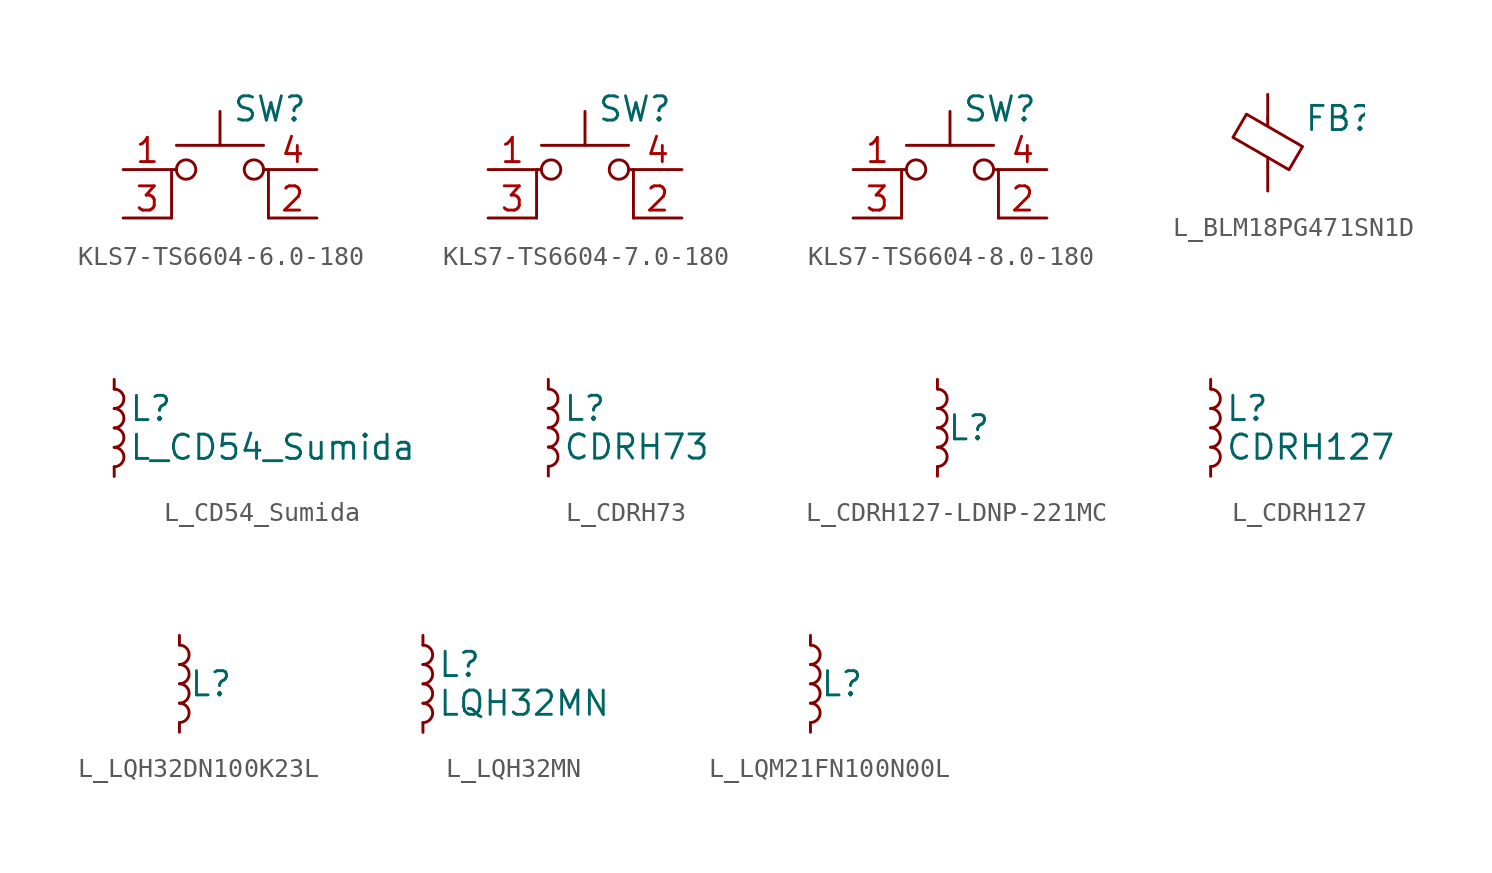
<source format=kicad_sym>
(kicad_symbol_lib
  (version 20220914)
  (generator kicad_symbol_editor)
  (symbol "KLS7-TS6604-6.0-180"
    (pin_names
      (offset 1.016) hide)
    (property "Reference" "SW"
      (at 0.635 5.715 0)
      (effects (font (size 1.27 1.27)) (justify left)))
    (symbol "KLS7-TS6604-6.0-180_0_1"
      (circle (center -1.778 2.54) (radius 0.508) (stroke (width 0) (type default)) (fill (type none)))
      (polyline (pts (xy -2.286 3.81) (xy 2.286 3.81)) (stroke (width 0) (type default)) (fill (type none)))
      (polyline (pts (xy 0 3.81) (xy 0 5.588)) (stroke (width 0) (type default)) (fill (type none)))
      (polyline (pts (xy -2.54 0) (xy -2.54 2.54) (xy -2.286 2.54)) (stroke (width 0) (type default)) (fill (type none)))
      (polyline (pts (xy 2.54 0) (xy 2.54 2.54) (xy 2.286 2.54)) (stroke (width 0) (type default)) (fill (type none)))
      (circle (center 1.778 2.54) (radius 0.508) (stroke (width 0) (type default)) (fill (type none)))
      (pin passive line (at -5.08 2.54 0) (length 2.54) (name "1" (effects (font (size 1.27 1.27)))) (number "1" (effects (font (size 1.27 1.27)))))
      (pin passive line (at 5.08 0 180) (length 2.54) (name "2" (effects (font (size 1.27 1.27)))) (number "2" (effects (font (size 1.27 1.27)))))
      (pin passive line (at -5.08 0 0) (length 2.54) (name "3" (effects (font (size 1.27 1.27)))) (number "3" (effects (font (size 1.27 1.27)))))
      (pin passive line (at 5.08 2.54 180) (length 2.54) (name "A" (effects (font (size 1.27 1.27)))) (number "4" (effects (font (size 1.27 1.27)))))))
  (symbol "KLS7-TS6604-7.0-180"
    (pin_names
      (offset 1.016) hide)
    (property "Reference" "SW"
      (at 0.635 5.715 0)
      (effects (font (size 1.27 1.27)) (justify left)))
    (symbol "KLS7-TS6604-7.0-180_0_1"
      (circle (center -1.778 2.54) (radius 0.508) (stroke (width 0) (type default)) (fill (type none)))
      (polyline (pts (xy -2.286 3.81) (xy 2.286 3.81)) (stroke (width 0) (type default)) (fill (type none)))
      (polyline (pts (xy 0 3.81) (xy 0 5.588)) (stroke (width 0) (type default)) (fill (type none)))
      (polyline (pts (xy -2.54 0) (xy -2.54 2.54) (xy -2.286 2.54)) (stroke (width 0) (type default)) (fill (type none)))
      (polyline (pts (xy 2.54 0) (xy 2.54 2.54) (xy 2.286 2.54)) (stroke (width 0) (type default)) (fill (type none)))
      (circle (center 1.778 2.54) (radius 0.508) (stroke (width 0) (type default)) (fill (type none)))
      (pin passive line (at -5.08 2.54 0) (length 2.54) (name "1" (effects (font (size 1.27 1.27)))) (number "1" (effects (font (size 1.27 1.27)))))
      (pin passive line (at 5.08 0 180) (length 2.54) (name "2" (effects (font (size 1.27 1.27)))) (number "2" (effects (font (size 1.27 1.27)))))
      (pin passive line (at -5.08 0 0) (length 2.54) (name "3" (effects (font (size 1.27 1.27)))) (number "3" (effects (font (size 1.27 1.27)))))
      (pin passive line (at 5.08 2.54 180) (length 2.54) (name "A" (effects (font (size 1.27 1.27)))) (number "4" (effects (font (size 1.27 1.27)))))))
  (symbol "KLS7-TS6604-8.0-180"
    (pin_names
      (offset 1.016) hide)
    (property "Reference" "SW"
      (at 0.635 5.715 0)
      (effects (font (size 1.27 1.27)) (justify left)))
    (symbol "KLS7-TS6604-8.0-180_0_1"
      (circle (center -1.778 2.54) (radius 0.508) (stroke (width 0) (type default)) (fill (type none)))
      (polyline (pts (xy -2.286 3.81) (xy 2.286 3.81)) (stroke (width 0) (type default)) (fill (type none)))
      (polyline (pts (xy 0 3.81) (xy 0 5.588)) (stroke (width 0) (type default)) (fill (type none)))
      (polyline (pts (xy -2.54 0) (xy -2.54 2.54) (xy -2.286 2.54)) (stroke (width 0) (type default)) (fill (type none)))
      (polyline (pts (xy 2.54 0) (xy 2.54 2.54) (xy 2.286 2.54)) (stroke (width 0) (type default)) (fill (type none)))
      (circle (center 1.778 2.54) (radius 0.508) (stroke (width 0) (type default)) (fill (type none)))
      (pin passive line (at -5.08 2.54 0) (length 2.54) (name "1" (effects (font (size 1.27 1.27)))) (number "1" (effects (font (size 1.27 1.27)))))
      (pin passive line (at 5.08 0 180) (length 2.54) (name "2" (effects (font (size 1.27 1.27)))) (number "2" (effects (font (size 1.27 1.27)))))
      (pin passive line (at -5.08 0 0) (length 2.54) (name "3" (effects (font (size 1.27 1.27)))) (number "3" (effects (font (size 1.27 1.27)))))
      (pin passive line (at 5.08 2.54 180) (length 2.54) (name "A" (effects (font (size 1.27 1.27)))) (number "4" (effects (font (size 1.27 1.27)))))))
  (symbol "L_BLM18PG471SN1D"
    (pin_numbers hide)
    (pin_names
      (offset 0))
    (property "Reference" "FB"
      (at 1.905 1.27 0)
      (effects (font (size 1.27 1.27)) (justify left)))
    (symbol "L_BLM18PG471SN1D_0_1"
      (polyline (pts (xy 0 -1.27) (xy 0 -0.787)) (stroke (width 0) (type default)) (fill (type none)))
      (polyline (pts (xy 0 0.889) (xy 0 1.295)) (stroke (width 0) (type default)) (fill (type none)))
      (polyline (pts (xy -1.829 0.279) (xy -1.118 1.499) (xy 1.829 -0.203) (xy 1.118 -1.422) (xy -1.829 0.279)) (stroke (width 0) (type default)) (fill (type none))))
    (symbol "L_BLM18PG471SN1D_1_1"
      (pin passive line (at 0 2.54 270) (length 1.27) (name "~" (effects (font (size 1.27 1.27)))) (number "1" (effects (font (size 1.27 1.27)))))
      (pin passive line (at 0 -2.54 90) (length 1.27) (name "~" (effects (font (size 1.27 1.27)))) (number "2" (effects (font (size 1.27 1.27)))))))
  (symbol "L_CD54_Sumida"
    (pin_numbers hide)
    (pin_names
      (offset 0.254) hide)
    (property "Reference" "L"
      (at 0.762 1.016 0)
      (effects (font (size 1.27 1.27)) (justify left)))
    (property "Value" "L_CD54_Sumida"
      (at 0.762 -1.016 0)
      (effects (font (size 1.27 1.27)) (justify left)))
    (symbol "L_CD54_Sumida_0_1"
      (arc (start 0 -2.032) (mid 0.5058 -1.524) (end 0 -1.016) (stroke (width 0) (type default)) (fill (type none)))
      (arc (start 0 -1.016) (mid 0.5058 -0.508) (end 0 0) (stroke (width 0) (type default)) (fill (type none)))
      (arc (start 0 0) (mid 0.5058 0.508) (end 0 1.016) (stroke (width 0) (type default)) (fill (type none)))
      (arc (start 0 1.016) (mid 0.5058 1.524) (end 0 2.032) (stroke (width 0) (type default)) (fill (type none))))
    (symbol "L_CD54_Sumida_1_1"
      (pin passive line (at 0 2.54 270) (length 0.508) (name "~" (effects (font (size 1.27 1.27)))) (number "1" (effects (font (size 1.27 1.27)))))
      (pin passive line (at 0 -2.54 90) (length 0.508) (name "~" (effects (font (size 1.27 1.27)))) (number "2" (effects (font (size 1.27 1.27)))))))
  (symbol "L_CDRH73"
    (pin_numbers hide)
    (pin_names
      (offset 0.254) hide)
    (property "Reference" "L"
      (at 0.762 1.016 0)
      (effects (font (size 1.27 1.27)) (justify left)))
    (property "Value" "CDRH73"
      (at 0.762 -1.016 0)
      (effects (font (size 1.27 1.27)) (justify left)))
    (symbol "L_CDRH73_0_1"
      (arc (start 0 -2.032) (mid 0.5058 -1.524) (end 0 -1.016) (stroke (width 0) (type default)) (fill (type none)))
      (arc (start 0 -1.016) (mid 0.5058 -0.508) (end 0 0) (stroke (width 0) (type default)) (fill (type none)))
      (arc (start 0 0) (mid 0.5058 0.508) (end 0 1.016) (stroke (width 0) (type default)) (fill (type none)))
      (arc (start 0 1.016) (mid 0.5058 1.524) (end 0 2.032) (stroke (width 0) (type default)) (fill (type none))))
    (symbol "L_CDRH73_1_1"
      (pin passive line (at 0 2.54 270) (length 0.508) (name "~" (effects (font (size 1.27 1.27)))) (number "1" (effects (font (size 1.27 1.27)))))
      (pin passive line (at 0 -2.54 90) (length 0.508) (name "~" (effects (font (size 1.27 1.27)))) (number "2" (effects (font (size 1.27 1.27)))))))
  (symbol "L_CDRH127-LDNP-221MC"
    (pin_numbers hide)
    (pin_names
      (offset 0.254) hide)
    (property "Reference" "L"
      (at 1.651 0 0)
      (effects (font (size 1.27 1.27))))
    (symbol "L_CDRH127-LDNP-221MC_0_1"
      (arc (start 0 -2.032) (mid 0.5058 -1.524) (end 0 -1.016) (stroke (width 0) (type default)) (fill (type none)))
      (arc (start 0 -1.016) (mid 0.5058 -0.508) (end 0 0) (stroke (width 0) (type default)) (fill (type none)))
      (arc (start 0 0) (mid 0.5058 0.508) (end 0 1.016) (stroke (width 0) (type default)) (fill (type none)))
      (arc (start 0 1.016) (mid 0.5058 1.524) (end 0 2.032) (stroke (width 0) (type default)) (fill (type none))))
    (symbol "L_CDRH127-LDNP-221MC_1_1"
      (pin passive line (at 0 2.54 270) (length 0.508) (name "~" (effects (font (size 1.27 1.27)))) (number "1" (effects (font (size 1.27 1.27)))))
      (pin passive line (at 0 -2.54 90) (length 0.508) (name "~" (effects (font (size 1.27 1.27)))) (number "2" (effects (font (size 1.27 1.27)))))))
  (symbol "L_CDRH127"
    (pin_numbers hide)
    (pin_names
      (offset 0.254) hide)
    (property "Reference" "L"
      (at 0.762 1.016 0)
      (effects (font (size 1.27 1.27)) (justify left)))
    (property "Value" "CDRH127"
      (at 0.762 -1.016 0)
      (effects (font (size 1.27 1.27)) (justify left)))
    (symbol "L_CDRH127_0_1"
      (arc (start 0 -2.032) (mid 0.5058 -1.524) (end 0 -1.016) (stroke (width 0) (type default)) (fill (type none)))
      (arc (start 0 -1.016) (mid 0.5058 -0.508) (end 0 0) (stroke (width 0) (type default)) (fill (type none)))
      (arc (start 0 0) (mid 0.5058 0.508) (end 0 1.016) (stroke (width 0) (type default)) (fill (type none)))
      (arc (start 0 1.016) (mid 0.5058 1.524) (end 0 2.032) (stroke (width 0) (type default)) (fill (type none))))
    (symbol "L_CDRH127_1_1"
      (pin passive line (at 0 2.54 270) (length 0.508) (name "~" (effects (font (size 1.27 1.27)))) (number "1" (effects (font (size 1.27 1.27)))))
      (pin passive line (at 0 -2.54 90) (length 0.508) (name "~" (effects (font (size 1.27 1.27)))) (number "2" (effects (font (size 1.27 1.27)))))))
  (symbol "L_LQH32DN100K23L"
    (pin_numbers hide)
    (pin_names
      (offset 0.254) hide)
    (property "Reference" "L"
      (at 1.651 0 0)
      (effects (font (size 1.27 1.27))))
    (symbol "L_LQH32DN100K23L_0_1"
      (arc (start 0 -2.032) (mid 0.5058 -1.524) (end 0 -1.016) (stroke (width 0) (type default)) (fill (type none)))
      (arc (start 0 -1.016) (mid 0.5058 -0.508) (end 0 0) (stroke (width 0) (type default)) (fill (type none)))
      (arc (start 0 0) (mid 0.5058 0.508) (end 0 1.016) (stroke (width 0) (type default)) (fill (type none)))
      (arc (start 0 1.016) (mid 0.5058 1.524) (end 0 2.032) (stroke (width 0) (type default)) (fill (type none))))
    (symbol "L_LQH32DN100K23L_1_1"
      (pin passive line (at 0 2.54 270) (length 0.508) (name "~" (effects (font (size 1.27 1.27)))) (number "1" (effects (font (size 1.27 1.27)))))
      (pin passive line (at 0 -2.54 90) (length 0.508) (name "~" (effects (font (size 1.27 1.27)))) (number "2" (effects (font (size 1.27 1.27)))))))
  (symbol "L_LQH32MN"
    (pin_numbers hide)
    (pin_names
      (offset 0.254) hide)
    (property "Reference" "L"
      (at 0.762 1.016 0)
      (effects (font (size 1.27 1.27)) (justify left)))
    (property "Value" "LQH32MN"
      (at 0.762 -1.016 0)
      (effects (font (size 1.27 1.27)) (justify left)))
    (symbol "L_LQH32MN_0_1"
      (arc (start 0 -2.032) (mid 0.5058 -1.524) (end 0 -1.016) (stroke (width 0) (type default)) (fill (type none)))
      (arc (start 0 -1.016) (mid 0.5058 -0.508) (end 0 0) (stroke (width 0) (type default)) (fill (type none)))
      (arc (start 0 0) (mid 0.5058 0.508) (end 0 1.016) (stroke (width 0) (type default)) (fill (type none)))
      (arc (start 0 1.016) (mid 0.5058 1.524) (end 0 2.032) (stroke (width 0) (type default)) (fill (type none))))
    (symbol "L_LQH32MN_1_1"
      (pin passive line (at 0 2.54 270) (length 0.508) (name "~" (effects (font (size 1.27 1.27)))) (number "1" (effects (font (size 1.27 1.27)))))
      (pin passive line (at 0 -2.54 90) (length 0.508) (name "~" (effects (font (size 1.27 1.27)))) (number "2" (effects (font (size 1.27 1.27)))))))
  (symbol "L_LQM21FN100N00L"
    (pin_numbers hide)
    (pin_names
      (offset 0.254) hide)
    (property "Reference" "L"
      (at 1.651 0 0)
      (effects (font (size 1.27 1.27))))
    (symbol "L_LQM21FN100N00L_0_1"
      (arc (start 0 -2.032) (mid 0.5058 -1.524) (end 0 -1.016) (stroke (width 0) (type default)) (fill (type none)))
      (arc (start 0 -1.016) (mid 0.5058 -0.508) (end 0 0) (stroke (width 0) (type default)) (fill (type none)))
      (arc (start 0 0) (mid 0.5058 0.508) (end 0 1.016) (stroke (width 0) (type default)) (fill (type none)))
      (arc (start 0 1.016) (mid 0.5058 1.524) (end 0 2.032) (stroke (width 0) (type default)) (fill (type none))))
    (symbol "L_LQM21FN100N00L_1_1"
      (pin passive line (at 0 2.54 270) (length 0.508) (name "~" (effects (font (size 1.27 1.27)))) (number "1" (effects (font (size 1.27 1.27)))))
      (pin passive line (at 0 -2.54 90) (length 0.508) (name "~" (effects (font (size 1.27 1.27)))) (number "2" (effects (font (size 1.27 1.27))))))))
</source>
